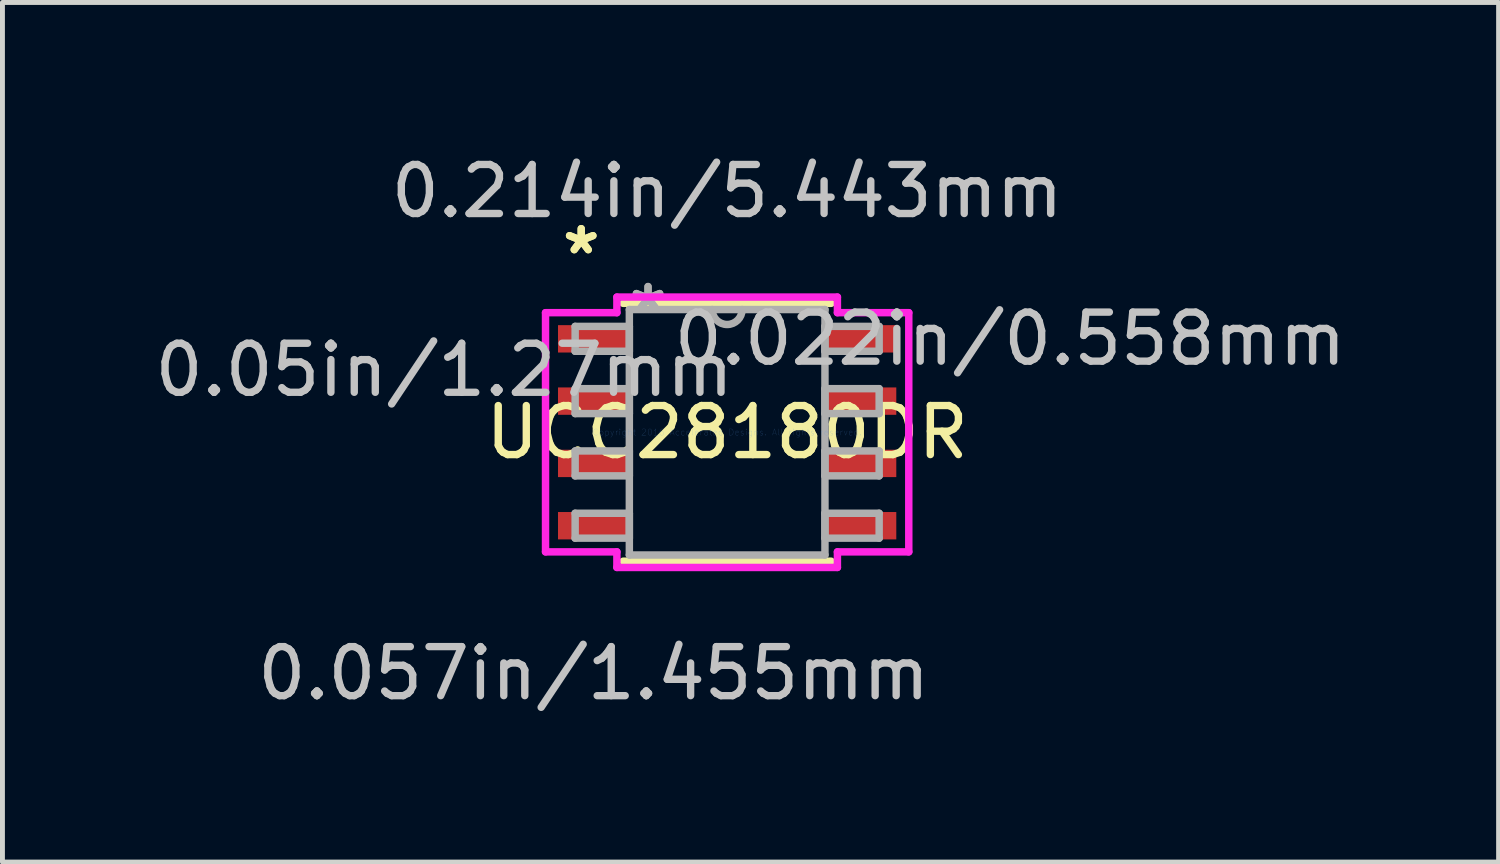
<source format=kicad_pcb>
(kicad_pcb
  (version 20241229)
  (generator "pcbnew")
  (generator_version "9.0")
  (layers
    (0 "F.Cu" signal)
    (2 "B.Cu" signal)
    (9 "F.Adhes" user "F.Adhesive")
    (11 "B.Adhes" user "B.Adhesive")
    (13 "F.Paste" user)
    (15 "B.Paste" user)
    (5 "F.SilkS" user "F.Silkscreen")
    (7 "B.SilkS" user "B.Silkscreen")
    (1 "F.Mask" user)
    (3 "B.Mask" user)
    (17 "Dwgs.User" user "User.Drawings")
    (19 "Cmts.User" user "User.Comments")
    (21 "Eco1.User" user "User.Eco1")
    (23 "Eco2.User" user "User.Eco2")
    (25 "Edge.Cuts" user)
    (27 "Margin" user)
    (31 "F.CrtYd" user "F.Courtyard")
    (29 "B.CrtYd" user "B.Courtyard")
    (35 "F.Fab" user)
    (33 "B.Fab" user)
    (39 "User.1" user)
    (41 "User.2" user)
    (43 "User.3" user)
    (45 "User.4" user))
  (footprint "UCC28180DR"
    (layer "F.Cu")
    (at 11.775 5.763)
    (property "Reference" "UCC28180DR" (at 0 0 0) (layer "F.SilkS") (effects (font (size 1 1) (thickness 0.15))))
    (attr through_hole)
    (fp_line (start -2.121 2.629) (end 2.121 2.629) (stroke (width 0.152) (type solid)) (layer "F.SilkS"))
    (fp_line (start 2.121 -2.629) (end -2.121 -2.629) (stroke (width 0.152) (type solid)) (layer "F.SilkS"))
    (fp_line (start -3.703 -2.438) (end -2.248 -2.438) (stroke (width 0.152) (type solid)) (layer "F.CrtYd"))
    (fp_line (start -3.703 2.438) (end -3.703 -2.438) (stroke (width 0.152) (type solid)) (layer "F.CrtYd"))
    (fp_line (start -2.248 -2.756) (end 2.248 -2.756) (stroke (width 0.152) (type solid)) (layer "F.CrtYd"))
    (fp_line (start -2.248 -2.438) (end -2.248 -2.756) (stroke (width 0.152) (type solid)) (layer "F.CrtYd"))
    (fp_line (start -2.248 2.438) (end -3.703 2.438) (stroke (width 0.152) (type solid)) (layer "F.CrtYd"))
    (fp_line (start -2.248 2.756) (end -2.248 2.438) (stroke (width 0.152) (type solid)) (layer "F.CrtYd"))
    (fp_line (start 2.248 -2.756) (end 2.248 -2.438) (stroke (width 0.152) (type solid)) (layer "F.CrtYd"))
    (fp_line (start 2.248 -2.438) (end 3.703 -2.438) (stroke (width 0.152) (type solid)) (layer "F.CrtYd"))
    (fp_line (start 2.248 2.438) (end 2.248 2.756) (stroke (width 0.152) (type solid)) (layer "F.CrtYd"))
    (fp_line (start 2.248 2.756) (end -2.248 2.756) (stroke (width 0.152) (type solid)) (layer "F.CrtYd"))
    (fp_line (start 3.703 -2.438) (end 3.703 2.438) (stroke (width 0.152) (type solid)) (layer "F.CrtYd"))
    (fp_line (start 3.703 2.438) (end 2.248 2.438) (stroke (width 0.152) (type solid)) (layer "F.CrtYd"))
    (fp_line (start -3.099 -2.159) (end -3.099 -1.651) (stroke (width 0.152) (type solid)) (layer "F.Fab"))
    (fp_line (start -3.099 -1.651) (end -1.994 -1.651) (stroke (width 0.152) (type solid)) (layer "F.Fab"))
    (fp_line (start -3.099 -0.889) (end -3.099 -0.381) (stroke (width 0.152) (type solid)) (layer "F.Fab"))
    (fp_line (start -3.099 -0.381) (end -1.994 -0.381) (stroke (width 0.152) (type solid)) (layer "F.Fab"))
    (fp_line (start -3.099 0.381) (end -3.099 0.889) (stroke (width 0.152) (type solid)) (layer "F.Fab"))
    (fp_line (start -3.099 0.889) (end -1.994 0.889) (stroke (width 0.152) (type solid)) (layer "F.Fab"))
    (fp_line (start -3.099 1.651) (end -3.099 2.159) (stroke (width 0.152) (type solid)) (layer "F.Fab"))
    (fp_line (start -3.099 2.159) (end -1.994 2.159) (stroke (width 0.152) (type solid)) (layer "F.Fab"))
    (fp_line (start -1.994 -2.502) (end -1.994 2.502) (stroke (width 0.152) (type solid)) (layer "F.Fab"))
    (fp_line (start -1.994 -2.159) (end -3.099 -2.159) (stroke (width 0.152) (type solid)) (layer "F.Fab"))
    (fp_line (start -1.994 -1.651) (end -1.994 -2.159) (stroke (width 0.152) (type solid)) (layer "F.Fab"))
    (fp_line (start -1.994 -0.889) (end -3.099 -0.889) (stroke (width 0.152) (type solid)) (layer "F.Fab"))
    (fp_line (start -1.994 -0.381) (end -1.994 -0.889) (stroke (width 0.152) (type solid)) (layer "F.Fab"))
    (fp_line (start -1.994 0.381) (end -3.099 0.381) (stroke (width 0.152) (type solid)) (layer "F.Fab"))
    (fp_line (start -1.994 0.889) (end -1.994 0.381) (stroke (width 0.152) (type solid)) (layer "F.Fab"))
    (fp_line (start -1.994 1.651) (end -3.099 1.651) (stroke (width 0.152) (type solid)) (layer "F.Fab"))
    (fp_line (start -1.994 2.159) (end -1.994 1.651) (stroke (width 0.152) (type solid)) (layer "F.Fab"))
    (fp_line (start -1.994 2.502) (end 1.994 2.502) (stroke (width 0.152) (type solid)) (layer "F.Fab"))
    (fp_line (start 1.994 -2.502) (end -1.994 -2.502) (stroke (width 0.152) (type solid)) (layer "F.Fab"))
    (fp_line (start 1.994 -2.159) (end 1.994 -1.651) (stroke (width 0.152) (type solid)) (layer "F.Fab"))
    (fp_line (start 1.994 -1.651) (end 3.099 -1.651) (stroke (width 0.152) (type solid)) (layer "F.Fab"))
    (fp_line (start 1.994 -0.889) (end 1.994 -0.381) (stroke (width 0.152) (type solid)) (layer "F.Fab"))
    (fp_line (start 1.994 -0.381) (end 3.099 -0.381) (stroke (width 0.152) (type solid)) (layer "F.Fab"))
    (fp_line (start 1.994 0.381) (end 1.994 0.889) (stroke (width 0.152) (type solid)) (layer "F.Fab"))
    (fp_line (start 1.994 0.889) (end 3.099 0.889) (stroke (width 0.152) (type solid)) (layer "F.Fab"))
    (fp_line (start 1.994 1.651) (end 1.994 2.159) (stroke (width 0.152) (type solid)) (layer "F.Fab"))
    (fp_line (start 1.994 2.159) (end 3.099 2.159) (stroke (width 0.152) (type solid)) (layer "F.Fab"))
    (fp_line (start 1.994 2.502) (end 1.994 -2.502) (stroke (width 0.152) (type solid)) (layer "F.Fab"))
    (fp_line (start 3.099 -2.159) (end 1.994 -2.159) (stroke (width 0.152) (type solid)) (layer "F.Fab"))
    (fp_line (start 3.099 -1.651) (end 3.099 -2.159) (stroke (width 0.152) (type solid)) (layer "F.Fab"))
    (fp_line (start 3.099 -0.889) (end 1.994 -0.889) (stroke (width 0.152) (type solid)) (layer "F.Fab"))
    (fp_line (start 3.099 -0.381) (end 3.099 -0.889) (stroke (width 0.152) (type solid)) (layer "F.Fab"))
    (fp_line (start 3.099 0.381) (end 1.994 0.381) (stroke (width 0.152) (type solid)) (layer "F.Fab"))
    (fp_line (start 3.099 0.889) (end 3.099 0.381) (stroke (width 0.152) (type solid)) (layer "F.Fab"))
    (fp_line (start 3.099 1.651) (end 1.994 1.651) (stroke (width 0.152) (type solid)) (layer "F.Fab"))
    (fp_line (start 3.099 2.159) (end 3.099 1.651) (stroke (width 0.152) (type solid)) (layer "F.Fab"))
    (fp_arc (start 0.3048 -2.5019) (mid 0 -2.1971) (end -0.3048 -2.5019) (stroke (width 0.1524) (type solid)) (layer "F.Fab"))
    (fp_text user "*" (at -2.975 -3.606 0) (layer "F.SilkS") (effects (font (size 1 1) (thickness 0.15))))
    (fp_text user "*" (at -2.975 -3.606 0) (layer "F.SilkS") (effects (font (size 1 1) (thickness 0.15))))
    (fp_text user "0.057in/1.455mm" (at -2.721 4.915 0) (layer "Dwgs.User") (effects (font (size 1 1) (thickness 0.15))))
    (fp_text user "0.022in/0.558mm" (at 5.769 -1.905 0) (layer "Dwgs.User") (effects (font (size 1 1) (thickness 0.15))))
    (fp_text user "0.05in/1.27mm" (at -5.769 -1.27 0) (layer "Dwgs.User") (effects (font (size 1 1) (thickness 0.15))))
    (fp_text user "0.214in/5.443mm" (at 0 -4.915 0) (layer "Dwgs.User") (effects (font (size 1 1) (thickness 0.15))))
    (fp_text user "Copyright 2016 Accelerated Designs. All rights reserved." (at 0 0 0) (layer "Cmts.User") (effects (font (size 0.127 0.127) (thickness 0.002))))
    (fp_text user "*" (at -1.613 -2.426 0) (layer "F.Fab") (effects (font (size 1 1) (thickness 0.15))))
    (fp_text user "*" (at -1.613 -2.426 0) (layer "F.Fab") (effects (font (size 1 1) (thickness 0.15))))
    (pad "1" smd rect (at -2.721 -1.905) (size 1.455 0.558) (layers "F.Cu" "F.Mask" "F.Paste"))
    (pad "2" smd rect (at -2.721 -0.635) (size 1.455 0.558) (layers "F.Cu" "F.Mask" "F.Paste"))
    (pad "3" smd rect (at -2.721 0.635) (size 1.455 0.558) (layers "F.Cu" "F.Mask" "F.Paste"))
    (pad "4" smd rect (at -2.721 1.905) (size 1.455 0.558) (layers "F.Cu" "F.Mask" "F.Paste"))
    (pad "5" smd rect (at 2.721 1.905) (size 1.455 0.558) (layers "F.Cu" "F.Mask" "F.Paste"))
    (pad "6" smd rect (at 2.721 0.635) (size 1.455 0.558) (layers "F.Cu" "F.Mask" "F.Paste"))
    (pad "7" smd rect (at 2.721 -0.635) (size 1.455 0.558) (layers "F.Cu" "F.Mask" "F.Paste"))
    (pad "8" smd rect (at 2.721 -1.905) (size 1.455 0.558) (layers "F.Cu" "F.Mask" "F.Paste")))
  (gr_rect
    (start -3 -3)
    (end 27.503 14.526)
    (stroke (width 0.1) (type default))
    (fill no)
    (layer "Edge.Cuts")))
</source>
